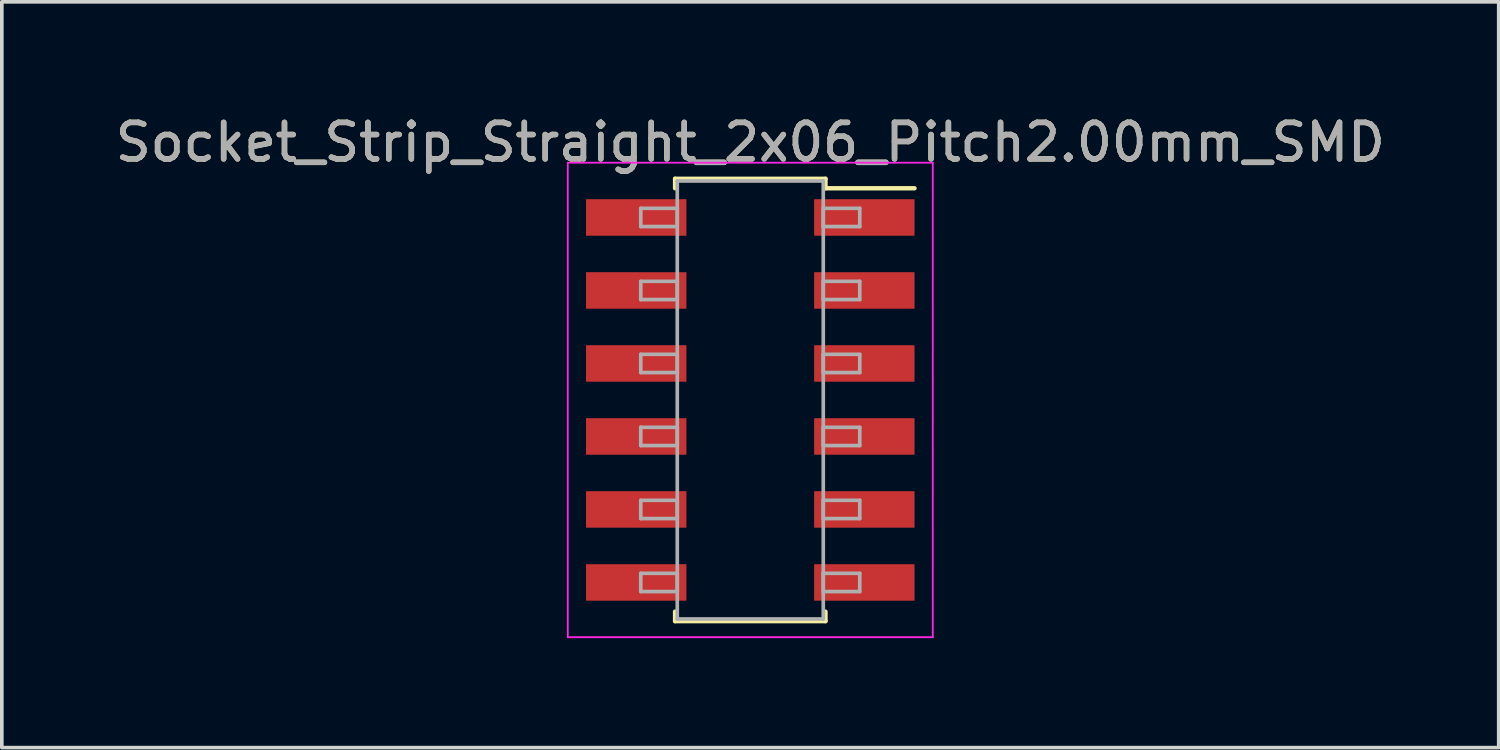
<source format=kicad_pcb>
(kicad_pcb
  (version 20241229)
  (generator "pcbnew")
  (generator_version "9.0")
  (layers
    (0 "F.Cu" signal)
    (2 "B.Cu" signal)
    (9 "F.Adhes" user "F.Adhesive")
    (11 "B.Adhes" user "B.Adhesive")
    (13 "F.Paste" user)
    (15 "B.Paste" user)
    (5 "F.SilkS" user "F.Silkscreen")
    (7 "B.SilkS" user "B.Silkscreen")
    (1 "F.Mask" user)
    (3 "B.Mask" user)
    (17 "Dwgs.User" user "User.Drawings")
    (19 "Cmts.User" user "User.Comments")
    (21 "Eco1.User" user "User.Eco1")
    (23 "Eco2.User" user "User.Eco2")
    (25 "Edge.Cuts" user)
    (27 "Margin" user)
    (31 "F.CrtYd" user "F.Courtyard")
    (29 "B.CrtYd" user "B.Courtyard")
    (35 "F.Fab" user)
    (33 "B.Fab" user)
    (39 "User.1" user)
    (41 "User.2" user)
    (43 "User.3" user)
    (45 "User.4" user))
  (footprint "Socket_Strip_Straight_2x06_Pitch2.00mm_SMD"
    (layer "F.Cu")
    (at 17.506 7.908)
    (property "Reference" "Socket_Strip_Straight_2x06_Pitch2.00mm_SMD" (at 0 -7.06 0) (layer "F.SilkS") (effects (font (size 1 1) (thickness 0.15))))
    (attr smd)
    (fp_line (start -2.06 -6.06) (end 2.06 -6.06) (stroke (width 0.12) (type solid)) (layer "F.SilkS"))
    (fp_line (start -2.06 -5.8) (end -2.06 -6.06) (stroke (width 0.12) (type solid)) (layer "F.SilkS"))
    (fp_line (start -2.06 5.8) (end -2.06 6.06) (stroke (width 0.12) (type solid)) (layer "F.SilkS"))
    (fp_line (start -2.06 6.06) (end 2.06 6.06) (stroke (width 0.12) (type solid)) (layer "F.SilkS"))
    (fp_line (start 2.06 -6.06) (end 2.06 -5.8) (stroke (width 0.12) (type solid)) (layer "F.SilkS"))
    (fp_line (start 2.06 6.06) (end 2.06 5.8) (stroke (width 0.12) (type solid)) (layer "F.SilkS"))
    (fp_line (start 4.5 -5.8) (end 2.06 -5.8) (stroke (width 0.12) (type solid)) (layer "F.SilkS"))
    (fp_line (start -5 -6.5) (end -5 6.5) (stroke (width 0.05) (type solid)) (layer "F.CrtYd"))
    (fp_line (start -5 6.5) (end 5 6.5) (stroke (width 0.05) (type solid)) (layer "F.CrtYd"))
    (fp_line (start 5 -6.5) (end -5 -6.5) (stroke (width 0.05) (type solid)) (layer "F.CrtYd"))
    (fp_line (start 5 6.5) (end 5 -6.5) (stroke (width 0.05) (type solid)) (layer "F.CrtYd"))
    (fp_line (start -3 -5.25) (end -2 -5.25) (stroke (width 0.1) (type solid)) (layer "F.Fab"))
    (fp_line (start -3 -4.75) (end -3 -5.25) (stroke (width 0.1) (type solid)) (layer "F.Fab"))
    (fp_line (start -3 -3.25) (end -2 -3.25) (stroke (width 0.1) (type solid)) (layer "F.Fab"))
    (fp_line (start -3 -2.75) (end -3 -3.25) (stroke (width 0.1) (type solid)) (layer "F.Fab"))
    (fp_line (start -3 -1.25) (end -2 -1.25) (stroke (width 0.1) (type solid)) (layer "F.Fab"))
    (fp_line (start -3 -0.75) (end -3 -1.25) (stroke (width 0.1) (type solid)) (layer "F.Fab"))
    (fp_line (start -3 0.75) (end -2 0.75) (stroke (width 0.1) (type solid)) (layer "F.Fab"))
    (fp_line (start -3 1.25) (end -3 0.75) (stroke (width 0.1) (type solid)) (layer "F.Fab"))
    (fp_line (start -3 2.75) (end -2 2.75) (stroke (width 0.1) (type solid)) (layer "F.Fab"))
    (fp_line (start -3 3.25) (end -3 2.75) (stroke (width 0.1) (type solid)) (layer "F.Fab"))
    (fp_line (start -3 4.75) (end -2 4.75) (stroke (width 0.1) (type solid)) (layer "F.Fab"))
    (fp_line (start -3 5.25) (end -3 4.75) (stroke (width 0.1) (type solid)) (layer "F.Fab"))
    (fp_line (start -2 -6) (end -2 6) (stroke (width 0.1) (type solid)) (layer "F.Fab"))
    (fp_line (start -2 -5.25) (end -2 -4.75) (stroke (width 0.1) (type solid)) (layer "F.Fab"))
    (fp_line (start -2 -4.75) (end -3 -4.75) (stroke (width 0.1) (type solid)) (layer "F.Fab"))
    (fp_line (start -2 -3.25) (end -2 -2.75) (stroke (width 0.1) (type solid)) (layer "F.Fab"))
    (fp_line (start -2 -2.75) (end -3 -2.75) (stroke (width 0.1) (type solid)) (layer "F.Fab"))
    (fp_line (start -2 -1.25) (end -2 -0.75) (stroke (width 0.1) (type solid)) (layer "F.Fab"))
    (fp_line (start -2 -0.75) (end -3 -0.75) (stroke (width 0.1) (type solid)) (layer "F.Fab"))
    (fp_line (start -2 0.75) (end -2 1.25) (stroke (width 0.1) (type solid)) (layer "F.Fab"))
    (fp_line (start -2 1.25) (end -3 1.25) (stroke (width 0.1) (type solid)) (layer "F.Fab"))
    (fp_line (start -2 2.75) (end -2 3.25) (stroke (width 0.1) (type solid)) (layer "F.Fab"))
    (fp_line (start -2 3.25) (end -3 3.25) (stroke (width 0.1) (type solid)) (layer "F.Fab"))
    (fp_line (start -2 4.75) (end -2 5.25) (stroke (width 0.1) (type solid)) (layer "F.Fab"))
    (fp_line (start -2 5.25) (end -3 5.25) (stroke (width 0.1) (type solid)) (layer "F.Fab"))
    (fp_line (start -2 6) (end 2 6) (stroke (width 0.1) (type solid)) (layer "F.Fab"))
    (fp_line (start 2 -6) (end -2 -6) (stroke (width 0.1) (type solid)) (layer "F.Fab"))
    (fp_line (start 2 -5.25) (end 2 -4.75) (stroke (width 0.1) (type solid)) (layer "F.Fab"))
    (fp_line (start 2 -4.75) (end 3 -4.75) (stroke (width 0.1) (type solid)) (layer "F.Fab"))
    (fp_line (start 2 -3.25) (end 2 -2.75) (stroke (width 0.1) (type solid)) (layer "F.Fab"))
    (fp_line (start 2 -2.75) (end 3 -2.75) (stroke (width 0.1) (type solid)) (layer "F.Fab"))
    (fp_line (start 2 -1.25) (end 2 -0.75) (stroke (width 0.1) (type solid)) (layer "F.Fab"))
    (fp_line (start 2 -0.75) (end 3 -0.75) (stroke (width 0.1) (type solid)) (layer "F.Fab"))
    (fp_line (start 2 0.75) (end 2 1.25) (stroke (width 0.1) (type solid)) (layer "F.Fab"))
    (fp_line (start 2 1.25) (end 3 1.25) (stroke (width 0.1) (type solid)) (layer "F.Fab"))
    (fp_line (start 2 2.75) (end 2 3.25) (stroke (width 0.1) (type solid)) (layer "F.Fab"))
    (fp_line (start 2 3.25) (end 3 3.25) (stroke (width 0.1) (type solid)) (layer "F.Fab"))
    (fp_line (start 2 4.75) (end 2 5.25) (stroke (width 0.1) (type solid)) (layer "F.Fab"))
    (fp_line (start 2 5.25) (end 3 5.25) (stroke (width 0.1) (type solid)) (layer "F.Fab"))
    (fp_line (start 2 6) (end 2 -6) (stroke (width 0.1) (type solid)) (layer "F.Fab"))
    (fp_line (start 3 -5.25) (end 2 -5.25) (stroke (width 0.1) (type solid)) (layer "F.Fab"))
    (fp_line (start 3 -4.75) (end 3 -5.25) (stroke (width 0.1) (type solid)) (layer "F.Fab"))
    (fp_line (start 3 -3.25) (end 2 -3.25) (stroke (width 0.1) (type solid)) (layer "F.Fab"))
    (fp_line (start 3 -2.75) (end 3 -3.25) (stroke (width 0.1) (type solid)) (layer "F.Fab"))
    (fp_line (start 3 -1.25) (end 2 -1.25) (stroke (width 0.1) (type solid)) (layer "F.Fab"))
    (fp_line (start 3 -0.75) (end 3 -1.25) (stroke (width 0.1) (type solid)) (layer "F.Fab"))
    (fp_line (start 3 0.75) (end 2 0.75) (stroke (width 0.1) (type solid)) (layer "F.Fab"))
    (fp_line (start 3 1.25) (end 3 0.75) (stroke (width 0.1) (type solid)) (layer "F.Fab"))
    (fp_line (start 3 2.75) (end 2 2.75) (stroke (width 0.1) (type solid)) (layer "F.Fab"))
    (fp_line (start 3 3.25) (end 3 2.75) (stroke (width 0.1) (type solid)) (layer "F.Fab"))
    (fp_line (start 3 4.75) (end 2 4.75) (stroke (width 0.1) (type solid)) (layer "F.Fab"))
    (fp_line (start 3 5.25) (end 3 4.75) (stroke (width 0.1) (type solid)) (layer "F.Fab"))
    (fp_text user "${REFERENCE}" (at 0 -7.06 0) (layer "F.Fab") (effects (font (size 1 1) (thickness 0.15))))
    (pad "1" smd rect (at 3.125 -5) (size 2.75 1) (layers "F.Cu" "F.Mask" "F.Paste"))
    (pad "2" smd rect (at -3.125 -5) (size 2.75 1) (layers "F.Cu" "F.Mask" "F.Paste"))
    (pad "3" smd rect (at 3.125 -3) (size 2.75 1) (layers "F.Cu" "F.Mask" "F.Paste"))
    (pad "4" smd rect (at -3.125 -3) (size 2.75 1) (layers "F.Cu" "F.Mask" "F.Paste"))
    (pad "5" smd rect (at 3.125 -1) (size 2.75 1) (layers "F.Cu" "F.Mask" "F.Paste"))
    (pad "6" smd rect (at -3.125 -1) (size 2.75 1) (layers "F.Cu" "F.Mask" "F.Paste"))
    (pad "7" smd rect (at 3.125 1) (size 2.75 1) (layers "F.Cu" "F.Mask" "F.Paste"))
    (pad "8" smd rect (at -3.125 1) (size 2.75 1) (layers "F.Cu" "F.Mask" "F.Paste"))
    (pad "9" smd rect (at 3.125 3) (size 2.75 1) (layers "F.Cu" "F.Mask" "F.Paste"))
    (pad "10" smd rect (at -3.125 3) (size 2.75 1) (layers "F.Cu" "F.Mask" "F.Paste"))
    (pad "11" smd rect (at 3.125 5) (size 2.75 1) (layers "F.Cu" "F.Mask" "F.Paste"))
    (pad "12" smd rect (at -3.125 5) (size 2.75 1) (layers "F.Cu" "F.Mask" "F.Paste")))
  (gr_rect
    (start -3 -3)
    (end 38.012 17.433)
    (stroke (width 0.1) (type default))
    (fill no)
    (layer "Edge.Cuts")))
</source>
